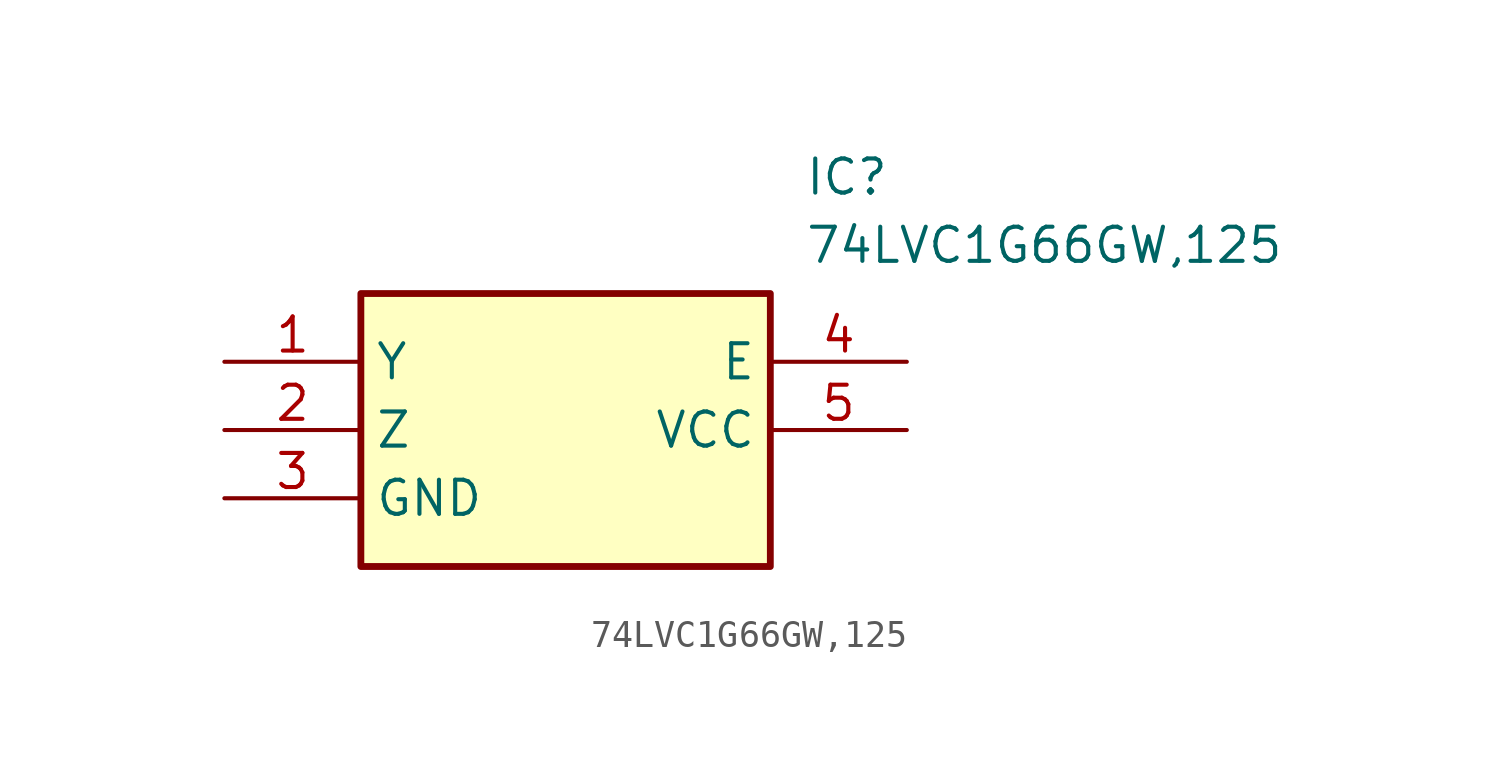
<source format=kicad_sym>
(kicad_symbol_lib
  (version 20211014)
  (generator SamacSys_ECAD_Model)
  (symbol "74LVC1G66GW,125"
    (property "Reference" "IC"
      (at 21.59 7.62 0)
      (effects (font (size 1.27 1.27)) (justify left top)))
    (property "Value" "74LVC1G66GW,125"
      (at 21.59 5.08 0)
      (effects (font (size 1.27 1.27)) (justify left top)))
    (rectangle
      (start 5.08 2.54)
      (end 20.32 -7.62)
      (stroke (width 0.254) (type default))
      (fill (type background)))
    (pin passive line
      (at 0 0 0)
      (length 5.08)
      (name "Y" (effects (font (size 1.27 1.27))))
      (number "1" (effects (font (size 1.27 1.27)))))
    (pin passive line
      (at 0 -2.54 0)
      (length 5.08)
      (name "Z" (effects (font (size 1.27 1.27))))
      (number "2" (effects (font (size 1.27 1.27)))))
    (pin passive line
      (at 0 -5.08 0)
      (length 5.08)
      (name "GND" (effects (font (size 1.27 1.27))))
      (number "3" (effects (font (size 1.27 1.27)))))
    (pin passive line
      (at 25.4 0 180)
      (length 5.08)
      (name "E" (effects (font (size 1.27 1.27))))
      (number "4" (effects (font (size 1.27 1.27)))))
    (pin passive line
      (at 25.4 -2.54 180)
      (length 5.08)
      (name "VCC" (effects (font (size 1.27 1.27))))
      (number "5" (effects (font (size 1.27 1.27)))))))
</source>
